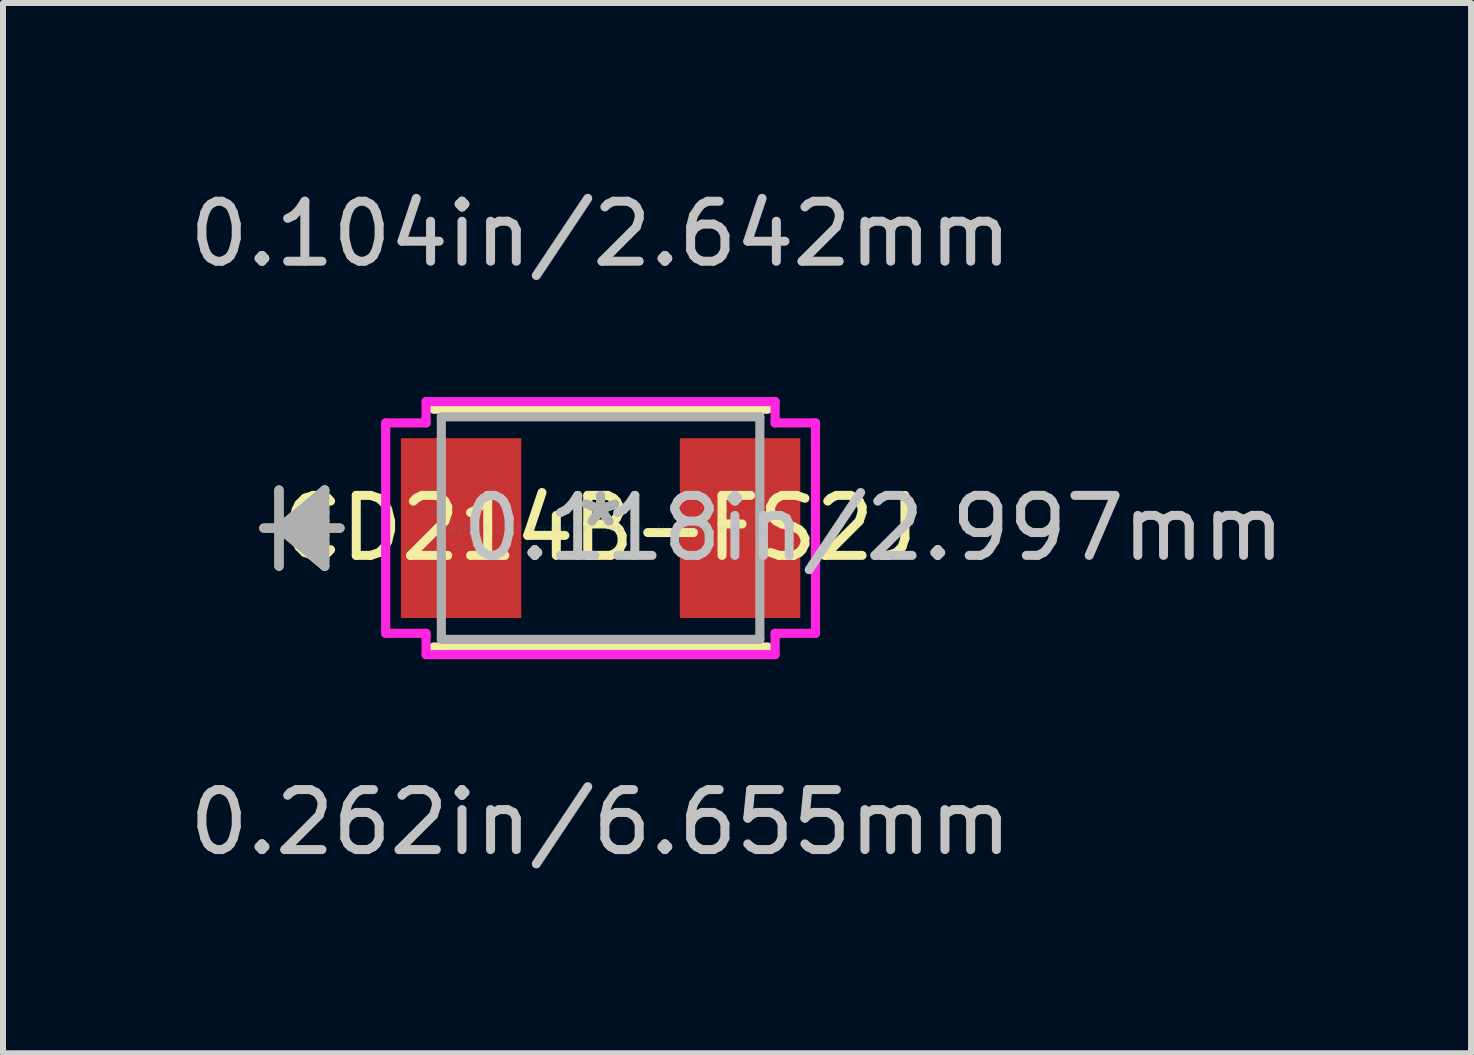
<source format=kicad_pcb>
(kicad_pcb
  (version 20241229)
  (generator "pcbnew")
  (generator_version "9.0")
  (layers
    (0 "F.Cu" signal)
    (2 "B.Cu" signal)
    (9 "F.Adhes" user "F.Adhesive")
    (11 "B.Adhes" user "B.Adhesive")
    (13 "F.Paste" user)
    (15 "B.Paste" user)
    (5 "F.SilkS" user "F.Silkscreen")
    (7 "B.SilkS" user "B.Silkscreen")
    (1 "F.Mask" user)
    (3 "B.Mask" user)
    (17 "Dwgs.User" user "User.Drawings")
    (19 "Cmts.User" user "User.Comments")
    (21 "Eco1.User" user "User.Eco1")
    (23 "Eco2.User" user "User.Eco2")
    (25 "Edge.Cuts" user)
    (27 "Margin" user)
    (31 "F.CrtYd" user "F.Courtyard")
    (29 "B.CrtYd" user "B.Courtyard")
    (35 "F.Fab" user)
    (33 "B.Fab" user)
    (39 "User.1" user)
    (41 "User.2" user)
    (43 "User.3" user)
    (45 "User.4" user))
  (footprint "CD214B-FS2J"
    (layer "F.Cu")
    (at 6.958 5.75)
    (property "Reference" "CD214B-FS2J" (at 0 0 0) (layer "F.SilkS") (effects (font (size 1 1) (thickness 0.15))))
    (attr through_hole)
    (fp_line (start -5.359 -0.635) (end -5.359 0.635) (stroke (width 0.152) (type solid)) (layer "F.SilkS"))
    (fp_line (start -5.359 0) (end -4.597 -0.635) (stroke (width 0.152) (type solid)) (layer "F.SilkS"))
    (fp_line (start -5.359 0) (end -4.597 -0.508) (stroke (width 0.152) (type solid)) (layer "F.SilkS"))
    (fp_line (start -5.359 0) (end -4.597 -0.381) (stroke (width 0.152) (type solid)) (layer "F.SilkS"))
    (fp_line (start -5.359 0) (end -4.597 -0.254) (stroke (width 0.152) (type solid)) (layer "F.SilkS"))
    (fp_line (start -5.359 0) (end -4.597 -0.127) (stroke (width 0.152) (type solid)) (layer "F.SilkS"))
    (fp_line (start -5.359 0) (end -4.597 0.127) (stroke (width 0.152) (type solid)) (layer "F.SilkS"))
    (fp_line (start -5.359 0) (end -4.597 0.254) (stroke (width 0.152) (type solid)) (layer "F.SilkS"))
    (fp_line (start -5.359 0) (end -4.597 0.381) (stroke (width 0.152) (type solid)) (layer "F.SilkS"))
    (fp_line (start -5.359 0) (end -4.597 0.508) (stroke (width 0.152) (type solid)) (layer "F.SilkS"))
    (fp_line (start -5.359 0) (end -4.597 0.635) (stroke (width 0.152) (type solid)) (layer "F.SilkS"))
    (fp_line (start -4.597 -0.635) (end -4.597 0.635) (stroke (width 0.152) (type solid)) (layer "F.SilkS"))
    (fp_line (start -4.343 0) (end -5.613 0) (stroke (width 0.152) (type solid)) (layer "F.SilkS"))
    (fp_line (start -2.781 1.981) (end 2.781 1.981) (stroke (width 0.152) (type solid)) (layer "F.SilkS"))
    (fp_line (start 2.781 -1.981) (end -2.781 -1.981) (stroke (width 0.152) (type solid)) (layer "F.SilkS"))
    (fp_line (start -3.581 -1.753) (end -2.908 -1.753) (stroke (width 0.152) (type solid)) (layer "F.CrtYd"))
    (fp_line (start -3.581 1.753) (end -3.581 -1.753) (stroke (width 0.152) (type solid)) (layer "F.CrtYd"))
    (fp_line (start -2.908 -2.108) (end 2.908 -2.108) (stroke (width 0.152) (type solid)) (layer "F.CrtYd"))
    (fp_line (start -2.908 -1.753) (end -2.908 -2.108) (stroke (width 0.152) (type solid)) (layer "F.CrtYd"))
    (fp_line (start -2.908 1.753) (end -3.581 1.753) (stroke (width 0.152) (type solid)) (layer "F.CrtYd"))
    (fp_line (start -2.908 2.108) (end -2.908 1.753) (stroke (width 0.152) (type solid)) (layer "F.CrtYd"))
    (fp_line (start 2.908 -2.108) (end 2.908 -1.753) (stroke (width 0.152) (type solid)) (layer "F.CrtYd"))
    (fp_line (start 2.908 -1.753) (end 3.581 -1.753) (stroke (width 0.152) (type solid)) (layer "F.CrtYd"))
    (fp_line (start 2.908 1.753) (end 2.908 2.108) (stroke (width 0.152) (type solid)) (layer "F.CrtYd"))
    (fp_line (start 2.908 2.108) (end -2.908 2.108) (stroke (width 0.152) (type solid)) (layer "F.CrtYd"))
    (fp_line (start 3.581 -1.753) (end 3.581 1.753) (stroke (width 0.152) (type solid)) (layer "F.CrtYd"))
    (fp_line (start 3.581 1.753) (end 2.908 1.753) (stroke (width 0.152) (type solid)) (layer "F.CrtYd"))
    (fp_line (start -5.359 -0.635) (end -5.359 0.635) (stroke (width 0.152) (type solid)) (layer "F.Fab"))
    (fp_line (start -5.359 0) (end -4.597 -0.635) (stroke (width 0.152) (type solid)) (layer "F.Fab"))
    (fp_line (start -5.359 0) (end -4.597 -0.508) (stroke (width 0.152) (type solid)) (layer "F.Fab"))
    (fp_line (start -5.359 0) (end -4.597 -0.381) (stroke (width 0.152) (type solid)) (layer "F.Fab"))
    (fp_line (start -5.359 0) (end -4.597 -0.254) (stroke (width 0.152) (type solid)) (layer "F.Fab"))
    (fp_line (start -5.359 0) (end -4.597 -0.127) (stroke (width 0.152) (type solid)) (layer "F.Fab"))
    (fp_line (start -5.359 0) (end -4.597 0.127) (stroke (width 0.152) (type solid)) (layer "F.Fab"))
    (fp_line (start -5.359 0) (end -4.597 0.254) (stroke (width 0.152) (type solid)) (layer "F.Fab"))
    (fp_line (start -5.359 0) (end -4.597 0.381) (stroke (width 0.152) (type solid)) (layer "F.Fab"))
    (fp_line (start -5.359 0) (end -4.597 0.508) (stroke (width 0.152) (type solid)) (layer "F.Fab"))
    (fp_line (start -5.359 0) (end -4.597 0.635) (stroke (width 0.152) (type solid)) (layer "F.Fab"))
    (fp_line (start -4.597 -0.635) (end -4.597 0.635) (stroke (width 0.152) (type solid)) (layer "F.Fab"))
    (fp_line (start -4.343 0) (end -5.613 0) (stroke (width 0.152) (type solid)) (layer "F.Fab"))
    (fp_line (start -2.654 -1.854) (end -2.654 1.854) (stroke (width 0.152) (type solid)) (layer "F.Fab"))
    (fp_line (start -2.654 1.854) (end 2.654 1.854) (stroke (width 0.152) (type solid)) (layer "F.Fab"))
    (fp_line (start 2.654 -1.854) (end -2.654 -1.854) (stroke (width 0.152) (type solid)) (layer "F.Fab"))
    (fp_line (start 2.654 1.854) (end 2.654 -1.854) (stroke (width 0.152) (type solid)) (layer "F.Fab"))
    (fp_text user "*" (at 0 0 0) (layer "F.SilkS") (effects (font (size 1 1) (thickness 0.15))))
    (fp_text user "0.104in/2.642mm" (at 0 -4.902 0) (layer "Dwgs.User") (effects (font (size 1 1) (thickness 0.15))))
    (fp_text user "0.262in/6.655mm" (at 0 4.902 0) (layer "Dwgs.User") (effects (font (size 1 1) (thickness 0.15))))
    (fp_text user "0.118in/2.997mm" (at 4.547 0 0) (layer "Dwgs.User") (effects (font (size 1 1) (thickness 0.15))))
    (fp_text user "Copyright 2016 Accelerated Designs. All rights reserved." (at 0 0 0) (layer "Cmts.User") (effects (font (size 0.127 0.127) (thickness 0.002))))
    (fp_text user "*" (at 0 0 0) (layer "F.Fab") (effects (font (size 1 1) (thickness 0.15))))
    (pad "1" smd rect (at -2.324 0) (size 2.007 2.997) (layers "F.Cu" "F.Mask" "F.Paste"))
    (pad "2" smd rect (at 2.324 0) (size 2.007 2.997) (layers "F.Cu" "F.Mask" "F.Paste")))
  (gr_rect
    (start -3 -3)
    (end 21.463 14.501)
    (stroke (width 0.1) (type default))
    (fill no)
    (layer "Edge.Cuts")))
</source>
